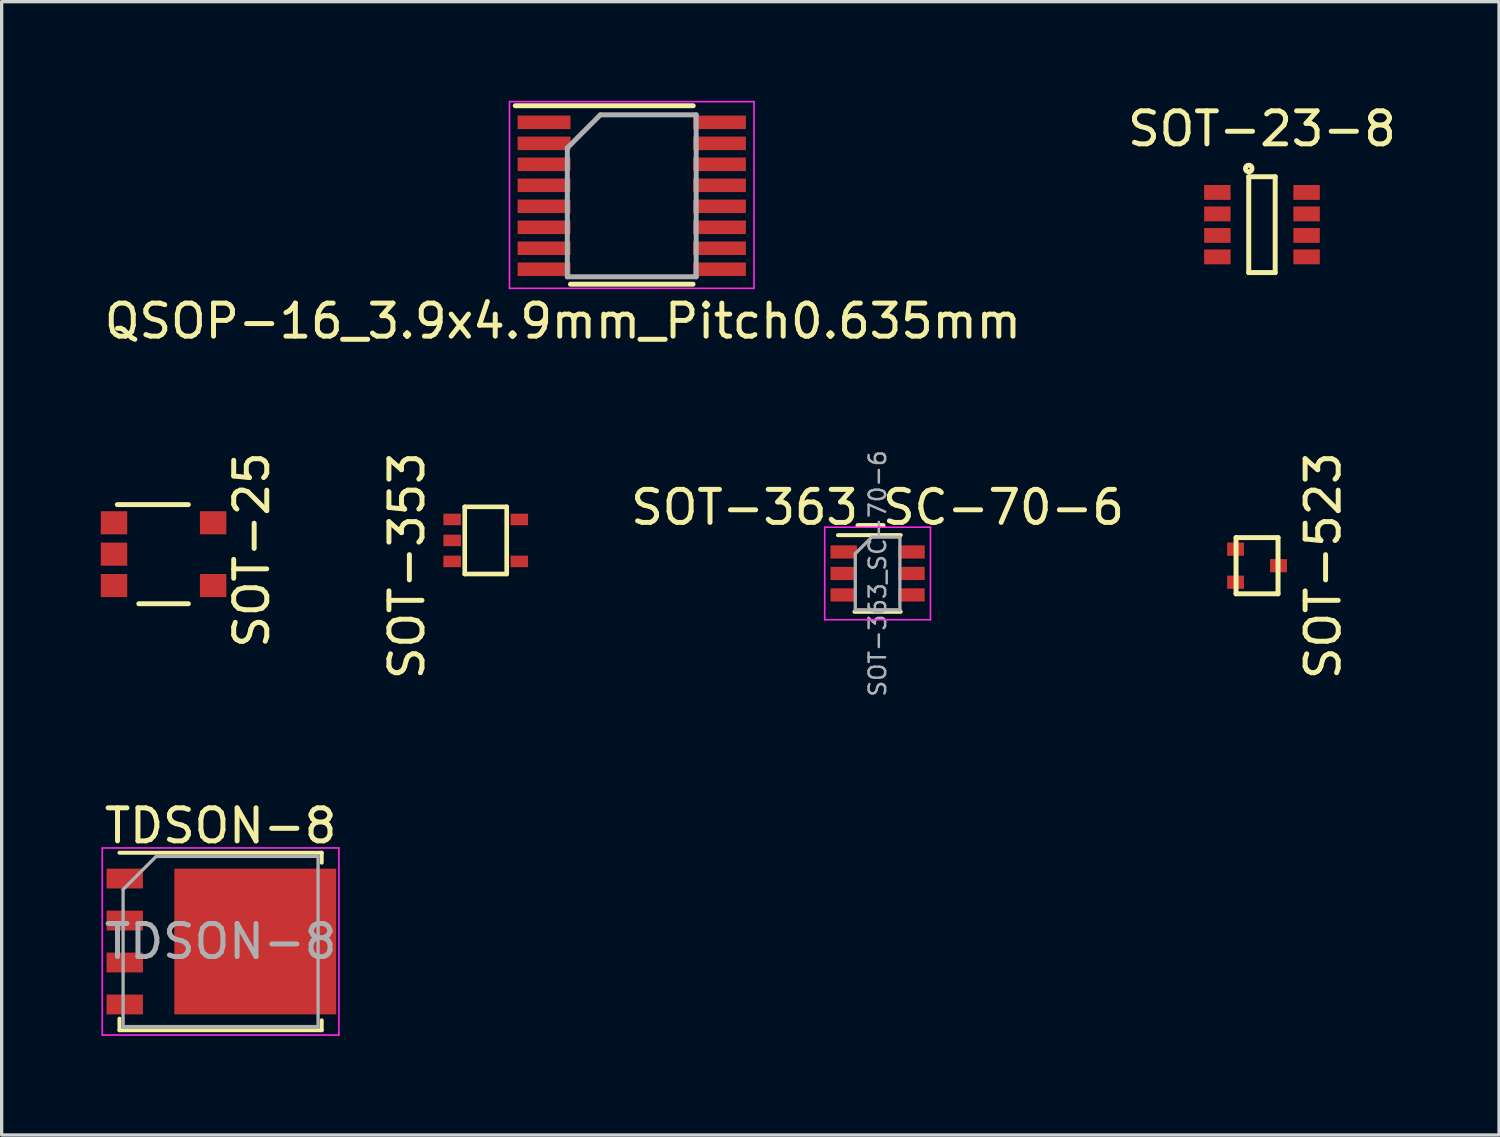
<source format=kicad_pcb>
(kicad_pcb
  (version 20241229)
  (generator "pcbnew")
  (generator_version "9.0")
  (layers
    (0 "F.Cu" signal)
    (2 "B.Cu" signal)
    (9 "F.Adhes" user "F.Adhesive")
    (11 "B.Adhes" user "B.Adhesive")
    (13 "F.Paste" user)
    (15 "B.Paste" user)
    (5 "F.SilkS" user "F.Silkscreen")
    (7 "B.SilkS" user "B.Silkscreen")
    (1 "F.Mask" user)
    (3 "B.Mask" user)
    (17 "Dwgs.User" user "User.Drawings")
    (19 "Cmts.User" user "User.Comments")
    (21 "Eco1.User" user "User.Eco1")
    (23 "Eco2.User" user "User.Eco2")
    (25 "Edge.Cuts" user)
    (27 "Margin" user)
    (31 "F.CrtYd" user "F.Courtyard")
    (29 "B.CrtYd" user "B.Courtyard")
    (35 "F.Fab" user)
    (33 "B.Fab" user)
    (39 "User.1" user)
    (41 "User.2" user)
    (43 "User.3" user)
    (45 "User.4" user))
  (footprint "SOT-25"
    (layer "F.Cu")
    (at 1.9 13.719)
    (property "Reference" "SOT-25" (at 2.667 -0.127 270) (layer "F.SilkS") (effects (font (size 1 1) (thickness 0.15))))
    (attr smd)
    (fp_line (start 0.75 -1.5) (end -1.4 -1.5) (stroke (width 0.15) (type solid)) (layer "F.SilkS"))
    (fp_line (start 0.75 1.5) (end -0.75 1.5) (stroke (width 0.15) (type solid)) (layer "F.SilkS"))
    (pad "1" smd rect (at -1.5 -0.95) (size 0.8 0.7) (layers "F.Cu" "F.Mask" "F.Paste"))
    (pad "2" smd rect (at -1.5 0) (size 0.8 0.7) (layers "F.Cu" "F.Mask" "F.Paste"))
    (pad "3" smd rect (at -1.5 0.95) (size 0.8 0.7) (layers "F.Cu" "F.Mask" "F.Paste"))
    (pad "4" smd rect (at 1.5 0.95) (size 0.8 0.7) (layers "F.Cu" "F.Mask" "F.Paste"))
    (pad "5" smd rect (at 1.5 -0.95) (size 0.8 0.7) (layers "F.Cu" "F.Mask" "F.Paste")))
  (footprint "QSOP-16_3.9x4.9mm_Pitch0.635mm"
    (layer "F.Cu")
    (at 16.067 2.875)
    (property "Reference" "QSOP-16_3.9x4.9mm_Pitch0.635mm" (at -2.084 3.792 0) (layer "F.SilkS") (effects (font (size 1 1) (thickness 0.15))))
    (attr smd)
    (fp_line (start -3.525 -2.725) (end 1.859 -2.725) (stroke (width 0.15) (type solid)) (layer "F.SilkS"))
    (fp_line (start -1.854 2.675) (end 1.854 2.675) (stroke (width 0.15) (type solid)) (layer "F.SilkS"))
    (fp_line (start -3.7 -2.85) (end -3.7 2.8) (stroke (width 0.05) (type solid)) (layer "F.CrtYd"))
    (fp_line (start -3.7 -2.85) (end 3.7 -2.85) (stroke (width 0.05) (type solid)) (layer "F.CrtYd"))
    (fp_line (start -3.7 2.8) (end 3.7 2.8) (stroke (width 0.05) (type solid)) (layer "F.CrtYd"))
    (fp_line (start 3.7 -2.85) (end 3.7 2.8) (stroke (width 0.05) (type solid)) (layer "F.CrtYd"))
    (fp_line (start -1.95 -1.45) (end -0.95 -2.45) (stroke (width 0.15) (type solid)) (layer "F.Fab"))
    (fp_line (start -1.95 2.45) (end -1.95 -1.45) (stroke (width 0.15) (type solid)) (layer "F.Fab"))
    (fp_line (start -0.95 -2.45) (end 1.95 -2.45) (stroke (width 0.15) (type solid)) (layer "F.Fab"))
    (fp_line (start 1.95 -2.45) (end 1.95 2.45) (stroke (width 0.15) (type solid)) (layer "F.Fab"))
    (fp_line (start 1.95 2.45) (end -1.95 2.45) (stroke (width 0.15) (type solid)) (layer "F.Fab"))
    (pad "1" smd rect (at -2.654 -2.223) (size 1.6 0.41) (layers "F.Cu" "F.Mask" "F.Paste"))
    (pad "2" smd rect (at -2.654 -1.587) (size 1.6 0.41) (layers "F.Cu" "F.Mask" "F.Paste"))
    (pad "3" smd rect (at -2.654 -0.953) (size 1.6 0.41) (layers "F.Cu" "F.Mask" "F.Paste"))
    (pad "4" smd rect (at -2.654 -0.318) (size 1.6 0.41) (layers "F.Cu" "F.Mask" "F.Paste"))
    (pad "5" smd rect (at -2.654 0.318) (size 1.6 0.41) (layers "F.Cu" "F.Mask" "F.Paste"))
    (pad "6" smd rect (at -2.654 0.953) (size 1.6 0.41) (layers "F.Cu" "F.Mask" "F.Paste"))
    (pad "7" smd rect (at -2.654 1.587) (size 1.6 0.41) (layers "F.Cu" "F.Mask" "F.Paste"))
    (pad "8" smd rect (at -2.654 2.223) (size 1.6 0.41) (layers "F.Cu" "F.Mask" "F.Paste"))
    (pad "9" smd rect (at 2.654 2.223) (size 1.6 0.41) (layers "F.Cu" "F.Mask" "F.Paste"))
    (pad "10" smd rect (at 2.654 1.587) (size 1.6 0.41) (layers "F.Cu" "F.Mask" "F.Paste"))
    (pad "11" smd rect (at 2.654 0.953) (size 1.6 0.41) (layers "F.Cu" "F.Mask" "F.Paste"))
    (pad "12" smd rect (at 2.654 0.318) (size 1.6 0.41) (layers "F.Cu" "F.Mask" "F.Paste"))
    (pad "13" smd rect (at 2.654 -0.318) (size 1.6 0.41) (layers "F.Cu" "F.Mask" "F.Paste"))
    (pad "14" smd rect (at 2.654 -0.953) (size 1.6 0.41) (layers "F.Cu" "F.Mask" "F.Paste"))
    (pad "15" smd rect (at 2.654 -1.587) (size 1.6 0.41) (layers "F.Cu" "F.Mask" "F.Paste"))
    (pad "16" smd rect (at 2.654 -2.223) (size 1.6 0.41) (layers "F.Cu" "F.Mask" "F.Paste")))
  (footprint "SOT-523"
    (layer "F.Cu")
    (at 34.988 14.068)
    (property "Reference" "SOT-523" (at 2 0 270) (layer "F.SilkS") (effects (font (size 1 1) (thickness 0.15))))
    (attr smd)
    (fp_line (start -0.635 -0.85) (end -0.635 0.85) (stroke (width 0.15) (type solid)) (layer "F.SilkS"))
    (fp_line (start -0.635 0.85) (end 0.635 0.85) (stroke (width 0.15) (type solid)) (layer "F.SilkS"))
    (fp_line (start 0.635 -0.85) (end -0.635 -0.85) (stroke (width 0.15) (type solid)) (layer "F.SilkS"))
    (fp_line (start 0.635 0.85) (end 0.635 -0.85) (stroke (width 0.15) (type solid)) (layer "F.SilkS"))
    (pad "1" smd rect (at -0.65 -0.5) (size 0.51 0.4) (layers "F.Cu" "F.Mask" "F.Paste"))
    (pad "2" smd rect (at -0.65 0.5) (size 0.51 0.4) (layers "F.Cu" "F.Mask" "F.Paste"))
    (pad "3" smd rect (at 0.65 0) (size 0.51 0.4) (layers "F.Cu" "F.Mask" "F.Paste")))
  (footprint "SOT-353"
    (layer "F.Cu")
    (at 11.648 13.303)
    (property "Reference" "SOT-353" (at -2.384 0.765 90) (layer "F.SilkS") (effects (font (size 1 1) (thickness 0.15))))
    (attr smd)
    (fp_line (start -0.635 -1.016) (end -0.635 1.016) (stroke (width 0.14) (type solid)) (layer "F.SilkS"))
    (fp_line (start -0.635 1.016) (end 0.635 1.016) (stroke (width 0.14) (type solid)) (layer "F.SilkS"))
    (fp_line (start 0.635 -1.016) (end -0.635 -1.016) (stroke (width 0.14) (type solid)) (layer "F.SilkS"))
    (fp_line (start 0.635 1.016) (end 0.635 -1.016) (stroke (width 0.14) (type solid)) (layer "F.SilkS"))
    (pad "1" smd rect (at -1.016 -0.635) (size 0.53 0.35) (layers "F.Cu" "F.Mask" "F.Paste"))
    (pad "2" smd rect (at -1.016 0) (size 0.53 0.35) (layers "F.Cu" "F.Mask" "F.Paste"))
    (pad "3" smd rect (at -1.016 0.635) (size 0.53 0.35) (layers "F.Cu" "F.Mask" "F.Paste"))
    (pad "4" smd rect (at 1.016 0.635) (size 0.53 0.35) (layers "F.Cu" "F.Mask" "F.Paste"))
    (pad "5" smd rect (at 1.016 -0.635) (size 0.53 0.35) (layers "F.Cu" "F.Mask" "F.Paste")))
  (footprint "SOT-23-8"
    (layer "F.Cu")
    (at 35.137 3.748)
    (property "Reference" "SOT-23-8" (at 0 -2.9 0) (layer "F.SilkS") (effects (font (size 1 1) (thickness 0.15))))
    (attr smd)
    (fp_line (start -0.4 -1.45) (end -0.4 1.45) (stroke (width 0.15) (type solid)) (layer "F.SilkS"))
    (fp_line (start -0.4 1.45) (end 0.4 1.45) (stroke (width 0.15) (type solid)) (layer "F.SilkS"))
    (fp_line (start 0.4 -1.45) (end -0.4 -1.45) (stroke (width 0.15) (type solid)) (layer "F.SilkS"))
    (fp_line (start 0.4 1.45) (end 0.4 -1.45) (stroke (width 0.15) (type solid)) (layer "F.SilkS"))
    (fp_circle (center -0.4 -1.7) (end -0.3 -1.7) (stroke (width 0.15) (type solid)) (fill no) (layer "F.SilkS"))
    (pad "1" smd rect (at -1.35 -0.975) (size 0.8 0.45) (layers "F.Cu" "F.Mask" "F.Paste"))
    (pad "2" smd rect (at -1.35 -0.325) (size 0.8 0.45) (layers "F.Cu" "F.Mask" "F.Paste"))
    (pad "3" smd rect (at -1.35 0.325) (size 0.8 0.45) (layers "F.Cu" "F.Mask" "F.Paste"))
    (pad "4" smd rect (at -1.35 0.975) (size 0.8 0.45) (layers "F.Cu" "F.Mask" "F.Paste"))
    (pad "5" smd rect (at 1.35 0.975) (size 0.8 0.45) (layers "F.Cu" "F.Mask" "F.Paste"))
    (pad "6" smd rect (at 1.35 0.325) (size 0.8 0.45) (layers "F.Cu" "F.Mask" "F.Paste"))
    (pad "7" smd rect (at 1.35 -0.325) (size 0.8 0.45) (layers "F.Cu" "F.Mask" "F.Paste"))
    (pad "8" smd rect (at 1.35 -0.975) (size 0.8 0.45) (layers "F.Cu" "F.Mask" "F.Paste")))
  (footprint "TDSON-8"
    (layer "F.Cu")
    (at 3.625 25.44)
    (property "Reference" "TDSON-8" (at 0 -3.5 0) (layer "F.SilkS") (effects (font (size 1 1) (thickness 0.15))))
    (attr smd)
    (fp_line (start -3.06 2.335) (end -3.06 2.685) (stroke (width 0.12) (type solid)) (layer "F.SilkS"))
    (fp_line (start 3.06 -2.685) (end -3.06 -2.685) (stroke (width 0.12) (type solid)) (layer "F.SilkS"))
    (fp_line (start 3.06 -2.385) (end 3.06 -2.685) (stroke (width 0.12) (type solid)) (layer "F.SilkS"))
    (fp_line (start 3.06 2.385) (end 3.06 2.685) (stroke (width 0.12) (type solid)) (layer "F.SilkS"))
    (fp_line (start 3.06 2.685) (end -3.06 2.685) (stroke (width 0.12) (type solid)) (layer "F.SilkS"))
    (fp_line (start -3.58 -2.83) (end -3.58 2.83) (stroke (width 0.05) (type solid)) (layer "F.CrtYd"))
    (fp_line (start -3.58 2.83) (end 3.58 2.83) (stroke (width 0.05) (type solid)) (layer "F.CrtYd"))
    (fp_line (start 3.58 -2.83) (end -3.58 -2.83) (stroke (width 0.05) (type solid)) (layer "F.CrtYd"))
    (fp_line (start 3.58 2.83) (end 3.58 -2.83) (stroke (width 0.05) (type solid)) (layer "F.CrtYd"))
    (fp_line (start -2.95 2.575) (end -2.95 -1.575) (stroke (width 0.1) (type solid)) (layer "F.Fab"))
    (fp_line (start -1.95 -2.575) (end -2.95 -1.575) (stroke (width 0.1) (type solid)) (layer "F.Fab"))
    (fp_line (start -1.95 -2.575) (end 2.95 -2.575) (stroke (width 0.1) (type solid)) (layer "F.Fab"))
    (fp_line (start 2.95 -2.575) (end 2.95 2.575) (stroke (width 0.1) (type solid)) (layer "F.Fab"))
    (fp_line (start 2.95 2.575) (end -2.95 2.575) (stroke (width 0.1) (type solid)) (layer "F.Fab"))
    (fp_text user "${REFERENCE}" (at 0 0 0) (layer "F.Fab") (effects (font (size 1 1) (thickness 0.15))))
    (pad "" smd rect (at -0.2 -0.85) (size 1.5 1.5) (layers "F.Paste"))
    (pad "" smd rect (at -0.2 0.85) (size 1.5 1.5) (layers "F.Paste"))
    (pad "" smd custom (at 0.65 0) (size 3.75 4.41) (layers "F.Mask") (options (anchor rect)) (primitives (gr_poly (pts (xy 1.875 -2.205) (xy 2.675 -2.205) (xy 2.675 -1.605) (xy 1.875 -1.605)) (width 0) (fill yes)) (gr_poly (pts (xy 1.875 -0.935) (xy 2.675 -0.935) (xy 2.675 -0.335) (xy 1.875 -0.335)) (width 0) (fill yes)) (gr_poly (pts (xy 1.875 0.335) (xy 2.675 0.335) (xy 2.675 0.935) (xy 1.875 0.935)) (width 0) (fill yes)) (gr_poly (pts (xy 1.875 1.605) (xy 2.675 1.605) (xy 2.675 2.205) (xy 1.875 2.205)) (width 0) (fill yes))))
    (pad "" smd rect (at 1.5 -0.85) (size 1.5 1.5) (layers "F.Paste"))
    (pad "" smd rect (at 1.5 0.85) (size 1.5 1.5) (layers "F.Paste"))
    (pad "" smd rect (at 2.905 -1.905) (size 0.75 0.5) (layers "F.Paste"))
    (pad "" smd rect (at 2.905 -0.635) (size 0.75 0.5) (layers "F.Paste"))
    (pad "" smd rect (at 2.905 0.635) (size 0.75 0.5) (layers "F.Paste"))
    (pad "" smd rect (at 2.905 1.905) (size 0.75 0.5) (layers "F.Paste"))
    (pad "1" smd rect (at -2.9 -1.905) (size 1.1 0.6) (layers "F.Cu" "F.Mask" "F.Paste"))
    (pad "2" smd rect (at -2.9 -0.635) (size 1.1 0.6) (layers "F.Cu" "F.Mask" "F.Paste"))
    (pad "3" smd rect (at -2.9 0.635) (size 1.1 0.6) (layers "F.Cu" "F.Mask" "F.Paste"))
    (pad "4" smd rect (at -2.9 1.905) (size 1.1 0.6) (layers "F.Cu" "F.Mask" "F.Paste"))
    (pad "5" smd rect (at 1.05 0) (size 4.9 4.41) (layers "F.Cu")))
  (footprint "SOT-363_SC-70-6"
    (layer "F.Cu")
    (at 23.506 14.303)
    (property "Reference" "SOT-363_SC-70-6" (at 0 -2 0) (layer "F.SilkS") (effects (font (size 1 1) (thickness 0.15))))
    (attr smd)
    (fp_line (start -0.7 1.16) (end 0.7 1.16) (stroke (width 0.12) (type solid)) (layer "F.SilkS"))
    (fp_line (start 0.7 -1.16) (end -1.2 -1.16) (stroke (width 0.12) (type solid)) (layer "F.SilkS"))
    (fp_line (start -1.6 -1.4) (end -1.6 1.4) (stroke (width 0.05) (type solid)) (layer "F.CrtYd"))
    (fp_line (start -1.6 -1.4) (end 1.6 -1.4) (stroke (width 0.05) (type solid)) (layer "F.CrtYd"))
    (fp_line (start -1.6 1.4) (end 1.6 1.4) (stroke (width 0.05) (type solid)) (layer "F.CrtYd"))
    (fp_line (start 1.6 1.4) (end 1.6 -1.4) (stroke (width 0.05) (type solid)) (layer "F.CrtYd"))
    (fp_line (start -0.675 -0.6) (end -0.675 1.1) (stroke (width 0.1) (type solid)) (layer "F.Fab"))
    (fp_line (start -0.175 -1.1) (end -0.675 -0.6) (stroke (width 0.1) (type solid)) (layer "F.Fab"))
    (fp_line (start 0.675 -1.1) (end -0.175 -1.1) (stroke (width 0.1) (type solid)) (layer "F.Fab"))
    (fp_line (start 0.675 -1.1) (end 0.675 1.1) (stroke (width 0.1) (type solid)) (layer "F.Fab"))
    (fp_line (start 0.675 1.1) (end -0.675 1.1) (stroke (width 0.1) (type solid)) (layer "F.Fab"))
    (fp_text user "${REFERENCE}" (at 0 0 90) (layer "F.Fab") (effects (font (size 0.5 0.5) (thickness 0.075))))
    (pad "1" smd rect (at -1.025 -0.65) (size 0.8 0.4) (layers "F.Cu" "F.Mask" "F.Paste"))
    (pad "2" smd rect (at -1.025 0) (size 0.8 0.4) (layers "F.Cu" "F.Mask" "F.Paste"))
    (pad "3" smd rect (at -1.025 0.65) (size 0.8 0.4) (layers "F.Cu" "F.Mask" "F.Paste"))
    (pad "4" smd rect (at 1.025 0.65) (size 0.8 0.4) (layers "F.Cu" "F.Mask" "F.Paste"))
    (pad "5" smd rect (at 1.025 0) (size 0.8 0.4) (layers "F.Cu" "F.Mask" "F.Paste"))
    (pad "6" smd rect (at 1.025 -0.65) (size 0.8 0.4) (layers "F.Cu" "F.Mask" "F.Paste")))
  (gr_rect
    (start -3 -3)
    (end 42.31 31.295)
    (stroke (width 0.1) (type default))
    (fill no)
    (layer "Edge.Cuts")))
</source>
